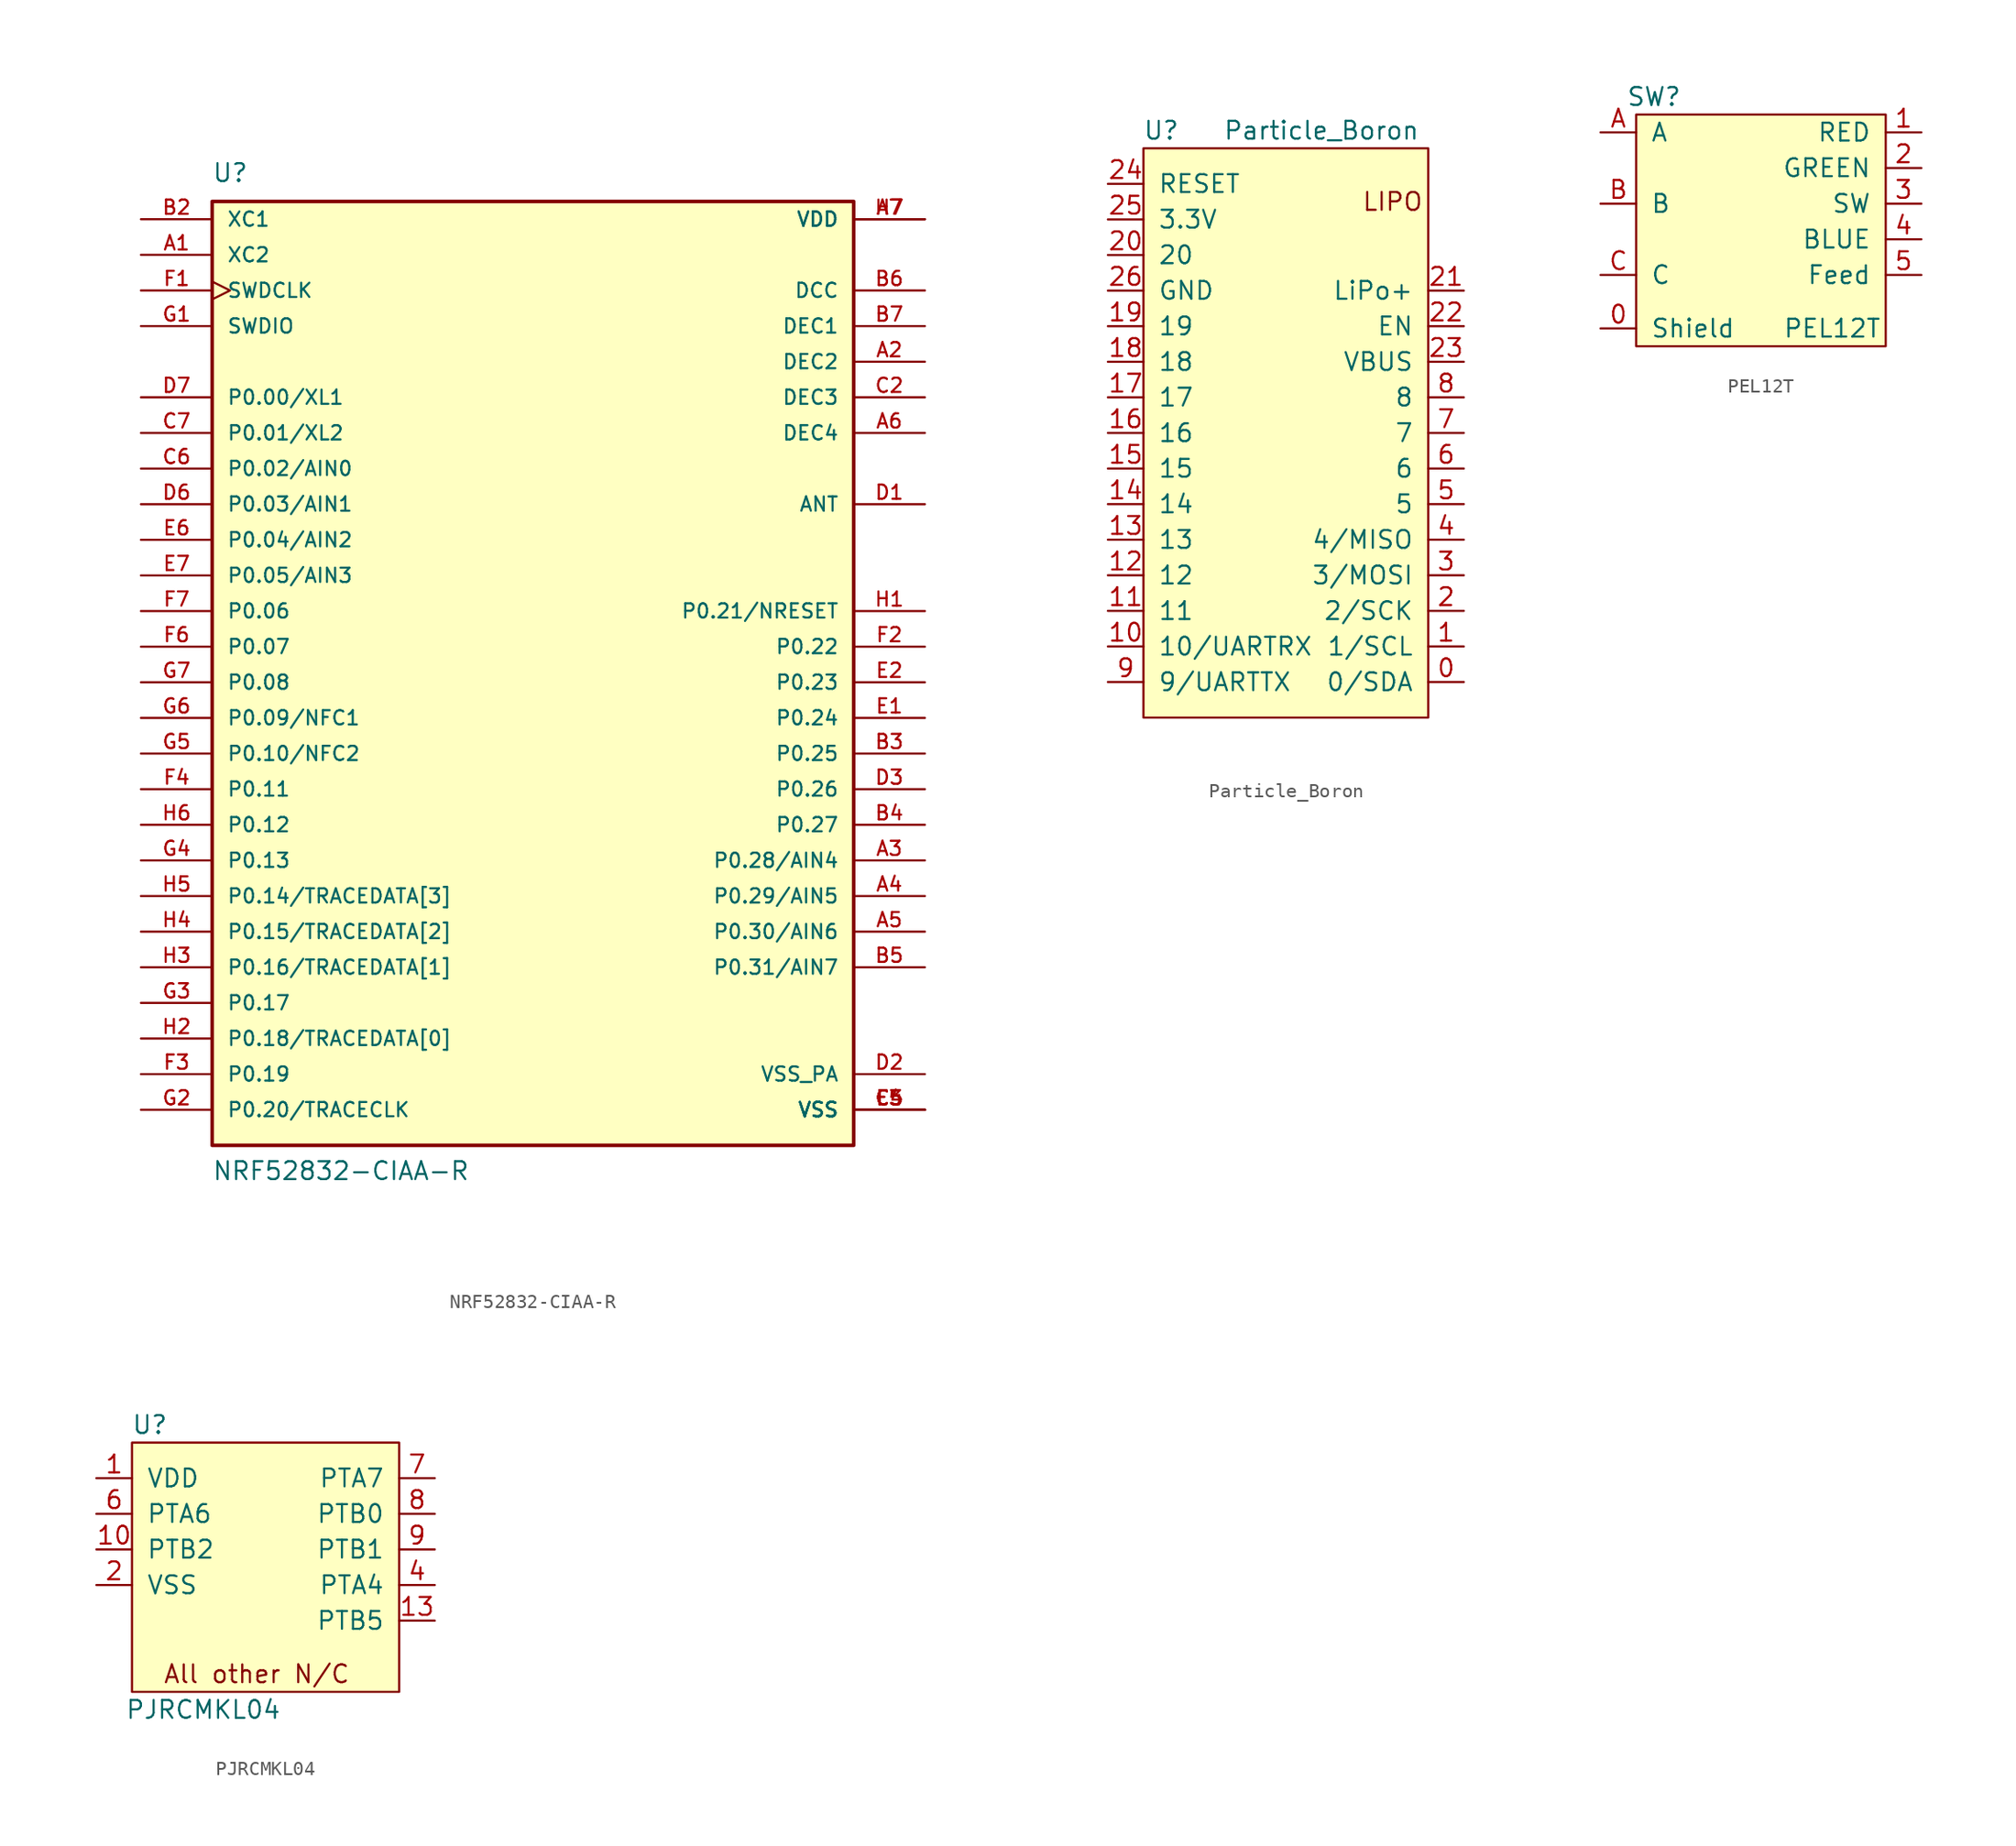
<source format=kicad_sym>
(kicad_symbol_lib
  (version 20220914)
  (generator kicad_symbol_editor)
  (symbol "NRF52832-CIAA-R"
    (pin_names
      (offset 1.016))
    (property "Reference" "U"
      (at -22.885 33.045 0)
      (effects (font (size 1.27 1.27)) (justify left bottom)))
    (property "Value" "NRF52832-CIAA-R"
      (at -22.885 -38.125 0)
      (effects (font (size 1.27 1.27)) (justify left bottom)))
    (property "ki_locked" ""
      (at 0 0 0)
      (effects (font (size 1.27 1.27))))
    (symbol "NRF52832-CIAA-R_0_0"
      (rectangle (start -22.86 -35.56) (end 22.86 31.75) (stroke (width 0.254) (type solid)) (fill (type background)))
      (pin input line (at -27.94 27.94 0) (length 5.08) (name "XC2" (effects (font (size 1.016 1.016)))) (number "A1" (effects (font (size 1.016 1.016)))))
      (pin power_in line (at 27.94 20.32 180) (length 5.08) (name "DEC2" (effects (font (size 1.016 1.016)))) (number "A2" (effects (font (size 1.016 1.016)))))
      (pin bidirectional line (at 27.94 -15.24 180) (length 5.08) (name "P0.28/AIN4" (effects (font (size 1.016 1.016)))) (number "A3" (effects (font (size 1.016 1.016)))))
      (pin bidirectional line (at 27.94 -17.78 180) (length 5.08) (name "P0.29/AIN5" (effects (font (size 1.016 1.016)))) (number "A4" (effects (font (size 1.016 1.016)))))
      (pin bidirectional line (at 27.94 -20.32 180) (length 5.08) (name "P0.30/AIN6" (effects (font (size 1.016 1.016)))) (number "A5" (effects (font (size 1.016 1.016)))))
      (pin power_in line (at 27.94 15.24 180) (length 5.08) (name "DEC4" (effects (font (size 1.016 1.016)))) (number "A6" (effects (font (size 1.016 1.016)))))
      (pin power_in line (at 27.94 30.48 180) (length 5.08) (name "VDD" (effects (font (size 1.016 1.016)))) (number "A7" (effects (font (size 1.016 1.016)))))
      (pin input line (at -27.94 30.48 0) (length 5.08) (name "XC1" (effects (font (size 1.016 1.016)))) (number "B2" (effects (font (size 1.016 1.016)))))
      (pin bidirectional line (at 27.94 -7.62 180) (length 5.08) (name "P0.25" (effects (font (size 1.016 1.016)))) (number "B3" (effects (font (size 1.016 1.016)))))
      (pin bidirectional line (at 27.94 -12.7 180) (length 5.08) (name "P0.27" (effects (font (size 1.016 1.016)))) (number "B4" (effects (font (size 1.016 1.016)))))
      (pin bidirectional line (at 27.94 -22.86 180) (length 5.08) (name "P0.31/AIN7" (effects (font (size 1.016 1.016)))) (number "B5" (effects (font (size 1.016 1.016)))))
      (pin power_in line (at 27.94 25.4 180) (length 5.08) (name "DCC" (effects (font (size 1.016 1.016)))) (number "B6" (effects (font (size 1.016 1.016)))))
      (pin power_in line (at 27.94 22.86 180) (length 5.08) (name "DEC1" (effects (font (size 1.016 1.016)))) (number "B7" (effects (font (size 1.016 1.016)))))
      (pin power_in line (at 27.94 17.78 180) (length 5.08) (name "DEC3" (effects (font (size 1.016 1.016)))) (number "C2" (effects (font (size 1.016 1.016)))))
      (pin power_in line (at 27.94 -33.02 180) (length 5.08) (name "VSS" (effects (font (size 1.016 1.016)))) (number "C4" (effects (font (size 1.016 1.016)))))
      (pin power_in line (at 27.94 -33.02 180) (length 5.08) (name "VSS" (effects (font (size 1.016 1.016)))) (number "C5" (effects (font (size 1.016 1.016)))))
      (pin bidirectional line (at -27.94 12.7 0) (length 5.08) (name "P0.02/AIN0" (effects (font (size 1.016 1.016)))) (number "C6" (effects (font (size 1.016 1.016)))))
      (pin bidirectional line (at -27.94 15.24 0) (length 5.08) (name "P0.01/XL2" (effects (font (size 1.016 1.016)))) (number "C7" (effects (font (size 1.016 1.016)))))
      (pin passive line (at 27.94 10.16 180) (length 5.08) (name "ANT" (effects (font (size 1.016 1.016)))) (number "D1" (effects (font (size 1.016 1.016)))))
      (pin power_in line (at 27.94 -30.48 180) (length 5.08) (name "VSS_PA" (effects (font (size 1.016 1.016)))) (number "D2" (effects (font (size 1.016 1.016)))))
      (pin bidirectional line (at 27.94 -10.16 180) (length 5.08) (name "P0.26" (effects (font (size 1.016 1.016)))) (number "D3" (effects (font (size 1.016 1.016)))))
      (pin bidirectional line (at -27.94 10.16 0) (length 5.08) (name "P0.03/AIN1" (effects (font (size 1.016 1.016)))) (number "D6" (effects (font (size 1.016 1.016)))))
      (pin bidirectional line (at -27.94 17.78 0) (length 5.08) (name "P0.00/XL1" (effects (font (size 1.016 1.016)))) (number "D7" (effects (font (size 1.016 1.016)))))
      (pin bidirectional line (at 27.94 -5.08 180) (length 5.08) (name "P0.24" (effects (font (size 1.016 1.016)))) (number "E1" (effects (font (size 1.016 1.016)))))
      (pin bidirectional line (at 27.94 -2.54 180) (length 5.08) (name "P0.23" (effects (font (size 1.016 1.016)))) (number "E2" (effects (font (size 1.016 1.016)))))
      (pin power_in line (at 27.94 -33.02 180) (length 5.08) (name "VSS" (effects (font (size 1.016 1.016)))) (number "E3" (effects (font (size 1.016 1.016)))))
      (pin bidirectional line (at -27.94 7.62 0) (length 5.08) (name "P0.04/AIN2" (effects (font (size 1.016 1.016)))) (number "E6" (effects (font (size 1.016 1.016)))))
      (pin bidirectional line (at -27.94 5.08 0) (length 5.08) (name "P0.05/AIN3" (effects (font (size 1.016 1.016)))) (number "E7" (effects (font (size 1.016 1.016)))))
      (pin input clock (at -27.94 25.4 0) (length 5.08) (name "SWDCLK" (effects (font (size 1.016 1.016)))) (number "F1" (effects (font (size 1.016 1.016)))))
      (pin bidirectional line (at 27.94 0 180) (length 5.08) (name "P0.22" (effects (font (size 1.016 1.016)))) (number "F2" (effects (font (size 1.016 1.016)))))
      (pin bidirectional line (at -27.94 -30.48 0) (length 5.08) (name "P0.19" (effects (font (size 1.016 1.016)))) (number "F3" (effects (font (size 1.016 1.016)))))
      (pin bidirectional line (at -27.94 -10.16 0) (length 5.08) (name "P0.11" (effects (font (size 1.016 1.016)))) (number "F4" (effects (font (size 1.016 1.016)))))
      (pin power_in line (at 27.94 -33.02 180) (length 5.08) (name "VSS" (effects (font (size 1.016 1.016)))) (number "F5" (effects (font (size 1.016 1.016)))))
      (pin bidirectional line (at -27.94 0 0) (length 5.08) (name "P0.07" (effects (font (size 1.016 1.016)))) (number "F6" (effects (font (size 1.016 1.016)))))
      (pin bidirectional line (at -27.94 2.54 0) (length 5.08) (name "P0.06" (effects (font (size 1.016 1.016)))) (number "F7" (effects (font (size 1.016 1.016)))))
      (pin bidirectional line (at -27.94 22.86 0) (length 5.08) (name "SWDIO" (effects (font (size 1.016 1.016)))) (number "G1" (effects (font (size 1.016 1.016)))))
      (pin bidirectional line (at -27.94 -33.02 0) (length 5.08) (name "P0.20/TRACECLK" (effects (font (size 1.016 1.016)))) (number "G2" (effects (font (size 1.016 1.016)))))
      (pin bidirectional line (at -27.94 -25.4 0) (length 5.08) (name "P0.17" (effects (font (size 1.016 1.016)))) (number "G3" (effects (font (size 1.016 1.016)))))
      (pin bidirectional line (at -27.94 -15.24 0) (length 5.08) (name "P0.13" (effects (font (size 1.016 1.016)))) (number "G4" (effects (font (size 1.016 1.016)))))
      (pin bidirectional line (at -27.94 -7.62 0) (length 5.08) (name "P0.10/NFC2" (effects (font (size 1.016 1.016)))) (number "G5" (effects (font (size 1.016 1.016)))))
      (pin bidirectional line (at -27.94 -5.08 0) (length 5.08) (name "P0.09/NFC1" (effects (font (size 1.016 1.016)))) (number "G6" (effects (font (size 1.016 1.016)))))
      (pin bidirectional line (at -27.94 -2.54 0) (length 5.08) (name "P0.08" (effects (font (size 1.016 1.016)))) (number "G7" (effects (font (size 1.016 1.016)))))
      (pin bidirectional line (at 27.94 2.54 180) (length 5.08) (name "P0.21/NRESET" (effects (font (size 1.016 1.016)))) (number "H1" (effects (font (size 1.016 1.016)))))
      (pin bidirectional line (at -27.94 -27.94 0) (length 5.08) (name "P0.18/TRACEDATA[0]" (effects (font (size 1.016 1.016)))) (number "H2" (effects (font (size 1.016 1.016)))))
      (pin bidirectional line (at -27.94 -22.86 0) (length 5.08) (name "P0.16/TRACEDATA[1]" (effects (font (size 1.016 1.016)))) (number "H3" (effects (font (size 1.016 1.016)))))
      (pin bidirectional line (at -27.94 -20.32 0) (length 5.08) (name "P0.15/TRACEDATA[2]" (effects (font (size 1.016 1.016)))) (number "H4" (effects (font (size 1.016 1.016)))))
      (pin bidirectional line (at -27.94 -17.78 0) (length 5.08) (name "P0.14/TRACEDATA[3]" (effects (font (size 1.016 1.016)))) (number "H5" (effects (font (size 1.016 1.016)))))
      (pin bidirectional line (at -27.94 -12.7 0) (length 5.08) (name "P0.12" (effects (font (size 1.016 1.016)))) (number "H6" (effects (font (size 1.016 1.016)))))
      (pin power_in line (at 27.94 30.48 180) (length 5.08) (name "VDD" (effects (font (size 1.016 1.016)))) (number "H7" (effects (font (size 1.016 1.016)))))))
  (symbol "Particle_Boron"
    (pin_names
      (offset 1.016))
    (property "Reference" "U"
      (at 1.27 41.91 0)
      (effects (font (size 1.27 1.27))))
    (property "Value" "Particle_Boron"
      (at 12.7 41.91 0)
      (effects (font (size 1.27 1.27))))
    (symbol "Particle_Boron_0_0"
      (text "LIPO" (at 17.78 36.83 0) (effects (font (size 1.27 1.27)))))
    (symbol "Particle_Boron_0_1"
      (rectangle (start 0 0) (end 20.32 40.64) (stroke (width 0) (type solid)) (fill (type background))))
    (symbol "Particle_Boron_1_1"
      (pin input line (at 22.86 2.54 180) (length 2.54) (name "0/SDA" (effects (font (size 1.27 1.27)))) (number "0" (effects (font (size 1.27 1.27)))))
      (pin input line (at 22.86 5.08 180) (length 2.54) (name "1/SCL" (effects (font (size 1.27 1.27)))) (number "1" (effects (font (size 1.27 1.27)))))
      (pin input line (at -2.54 5.08 0) (length 2.54) (name "10/UARTRX" (effects (font (size 1.27 1.27)))) (number "10" (effects (font (size 1.27 1.27)))))
      (pin input line (at -2.54 7.62 0) (length 2.54) (name "11" (effects (font (size 1.27 1.27)))) (number "11" (effects (font (size 1.27 1.27)))))
      (pin input line (at -2.54 10.16 0) (length 2.54) (name "12" (effects (font (size 1.27 1.27)))) (number "12" (effects (font (size 1.27 1.27)))))
      (pin input line (at -2.54 12.7 0) (length 2.54) (name "13" (effects (font (size 1.27 1.27)))) (number "13" (effects (font (size 1.27 1.27)))))
      (pin input line (at -2.54 15.24 0) (length 2.54) (name "14" (effects (font (size 1.27 1.27)))) (number "14" (effects (font (size 1.27 1.27)))))
      (pin input line (at -2.54 17.78 0) (length 2.54) (name "15" (effects (font (size 1.27 1.27)))) (number "15" (effects (font (size 1.27 1.27)))))
      (pin input line (at -2.54 20.32 0) (length 2.54) (name "16" (effects (font (size 1.27 1.27)))) (number "16" (effects (font (size 1.27 1.27)))))
      (pin input line (at -2.54 22.86 0) (length 2.54) (name "17" (effects (font (size 1.27 1.27)))) (number "17" (effects (font (size 1.27 1.27)))))
      (pin input line (at -2.54 25.4 0) (length 2.54) (name "18" (effects (font (size 1.27 1.27)))) (number "18" (effects (font (size 1.27 1.27)))))
      (pin input line (at -2.54 27.94 0) (length 2.54) (name "19" (effects (font (size 1.27 1.27)))) (number "19" (effects (font (size 1.27 1.27)))))
      (pin input line (at 22.86 7.62 180) (length 2.54) (name "2/SCK" (effects (font (size 1.27 1.27)))) (number "2" (effects (font (size 1.27 1.27)))))
      (pin input line (at -2.54 33.02 0) (length 2.54) (name "20" (effects (font (size 1.27 1.27)))) (number "20" (effects (font (size 1.27 1.27)))))
      (pin input line (at 22.86 30.48 180) (length 2.54) (name "LiPo+" (effects (font (size 1.27 1.27)))) (number "21" (effects (font (size 1.27 1.27)))))
      (pin input line (at 22.86 27.94 180) (length 2.54) (name "EN" (effects (font (size 1.27 1.27)))) (number "22" (effects (font (size 1.27 1.27)))))
      (pin input line (at 22.86 25.4 180) (length 2.54) (name "VBUS" (effects (font (size 1.27 1.27)))) (number "23" (effects (font (size 1.27 1.27)))))
      (pin input line (at -2.54 38.1 0) (length 2.54) (name "RESET" (effects (font (size 1.27 1.27)))) (number "24" (effects (font (size 1.27 1.27)))))
      (pin input line (at -2.54 35.56 0) (length 2.54) (name "3.3V" (effects (font (size 1.27 1.27)))) (number "25" (effects (font (size 1.27 1.27)))))
      (pin input line (at -2.54 30.48 0) (length 2.54) (name "GND" (effects (font (size 1.27 1.27)))) (number "26" (effects (font (size 1.27 1.27)))))
      (pin input line (at 22.86 10.16 180) (length 2.54) (name "3/MOSI" (effects (font (size 1.27 1.27)))) (number "3" (effects (font (size 1.27 1.27)))))
      (pin input line (at 22.86 12.7 180) (length 2.54) (name "4/MISO" (effects (font (size 1.27 1.27)))) (number "4" (effects (font (size 1.27 1.27)))))
      (pin input line (at 22.86 15.24 180) (length 2.54) (name "5" (effects (font (size 1.27 1.27)))) (number "5" (effects (font (size 1.27 1.27)))))
      (pin input line (at 22.86 17.78 180) (length 2.54) (name "6" (effects (font (size 1.27 1.27)))) (number "6" (effects (font (size 1.27 1.27)))))
      (pin input line (at 22.86 20.32 180) (length 2.54) (name "7" (effects (font (size 1.27 1.27)))) (number "7" (effects (font (size 1.27 1.27)))))
      (pin input line (at 22.86 22.86 180) (length 2.54) (name "8" (effects (font (size 1.27 1.27)))) (number "8" (effects (font (size 1.27 1.27)))))
      (pin input line (at -2.54 2.54 0) (length 2.54) (name "9/UARTTX" (effects (font (size 1.27 1.27)))) (number "9" (effects (font (size 1.27 1.27)))))))
  (symbol "PEL12T"
    (pin_names
      (offset 1.016))
    (property "Reference" "SW"
      (at 1.27 17.78 0)
      (effects (font (size 1.27 1.27))))
    (property "Value" "PEL12T"
      (at 13.97 1.27 0)
      (effects (font (size 1.27 1.27))))
    (symbol "PEL12T_0_1"
      (rectangle (start 0 0) (end 17.78 16.51) (stroke (width 0) (type solid)) (fill (type background))))
    (symbol "PEL12T_1_1"
      (pin input line (at -2.54 1.27 0) (length 2.54) (name "Shield" (effects (font (size 1.27 1.27)))) (number "0" (effects (font (size 1.27 1.27)))))
      (pin input line (at 20.32 15.24 180) (length 2.54) (name "RED" (effects (font (size 1.27 1.27)))) (number "1" (effects (font (size 1.27 1.27)))))
      (pin input line (at 20.32 12.7 180) (length 2.54) (name "GREEN" (effects (font (size 1.27 1.27)))) (number "2" (effects (font (size 1.27 1.27)))))
      (pin input line (at 20.32 10.16 180) (length 2.54) (name "SW" (effects (font (size 1.27 1.27)))) (number "3" (effects (font (size 1.27 1.27)))))
      (pin input line (at 20.32 7.62 180) (length 2.54) (name "BLUE" (effects (font (size 1.27 1.27)))) (number "4" (effects (font (size 1.27 1.27)))))
      (pin input line (at 20.32 5.08 180) (length 2.54) (name "Feed" (effects (font (size 1.27 1.27)))) (number "5" (effects (font (size 1.27 1.27)))))
      (pin input line (at -2.54 15.24 0) (length 2.54) (name "A" (effects (font (size 1.27 1.27)))) (number "A" (effects (font (size 1.27 1.27)))))
      (pin input line (at -2.54 10.16 0) (length 2.54) (name "B" (effects (font (size 1.27 1.27)))) (number "B" (effects (font (size 1.27 1.27)))))
      (pin input line (at -2.54 5.08 0) (length 2.54) (name "C" (effects (font (size 1.27 1.27)))) (number "C" (effects (font (size 1.27 1.27)))))))
  (symbol "PJRCMKL04"
    (pin_names
      (offset 1.016))
    (property "Reference" "U"
      (at 1.27 19.05 0)
      (effects (font (size 1.27 1.27))))
    (property "Value" "PJRCMKL04"
      (at 5.08 -1.27 0)
      (effects (font (size 1.27 1.27))))
    (symbol "PJRCMKL04_0_0"
      (text "All other N/C" (at 8.89 1.27 0) (effects (font (size 1.27 1.27)))))
    (symbol "PJRCMKL04_0_1"
      (rectangle (start 0 0) (end 19.05 17.78) (stroke (width 0) (type solid)) (fill (type background))))
    (symbol "PJRCMKL04_1_1"
      (pin input line (at -2.54 15.24 0) (length 2.54) (name "VDD" (effects (font (size 1.27 1.27)))) (number "1" (effects (font (size 1.27 1.27)))))
      (pin input line (at -2.54 10.16 0) (length 2.54) (name "PTB2" (effects (font (size 1.27 1.27)))) (number "10" (effects (font (size 1.27 1.27)))))
      (pin input line (at 21.59 5.08 180) (length 2.54) (name "PTB5" (effects (font (size 1.27 1.27)))) (number "13" (effects (font (size 1.27 1.27)))))
      (pin input line (at -2.54 7.62 0) (length 2.54) (name "VSS" (effects (font (size 1.27 1.27)))) (number "2" (effects (font (size 1.27 1.27)))))
      (pin input line (at 21.59 7.62 180) (length 2.54) (name "PTA4" (effects (font (size 1.27 1.27)))) (number "4" (effects (font (size 1.27 1.27)))))
      (pin input line (at -2.54 12.7 0) (length 2.54) (name "PTA6" (effects (font (size 1.27 1.27)))) (number "6" (effects (font (size 1.27 1.27)))))
      (pin input line (at 21.59 15.24 180) (length 2.54) (name "PTA7" (effects (font (size 1.27 1.27)))) (number "7" (effects (font (size 1.27 1.27)))))
      (pin input line (at 21.59 12.7 180) (length 2.54) (name "PTB0" (effects (font (size 1.27 1.27)))) (number "8" (effects (font (size 1.27 1.27)))))
      (pin input line (at 21.59 10.16 180) (length 2.54) (name "PTB1" (effects (font (size 1.27 1.27)))) (number "9" (effects (font (size 1.27 1.27))))))))
</source>
